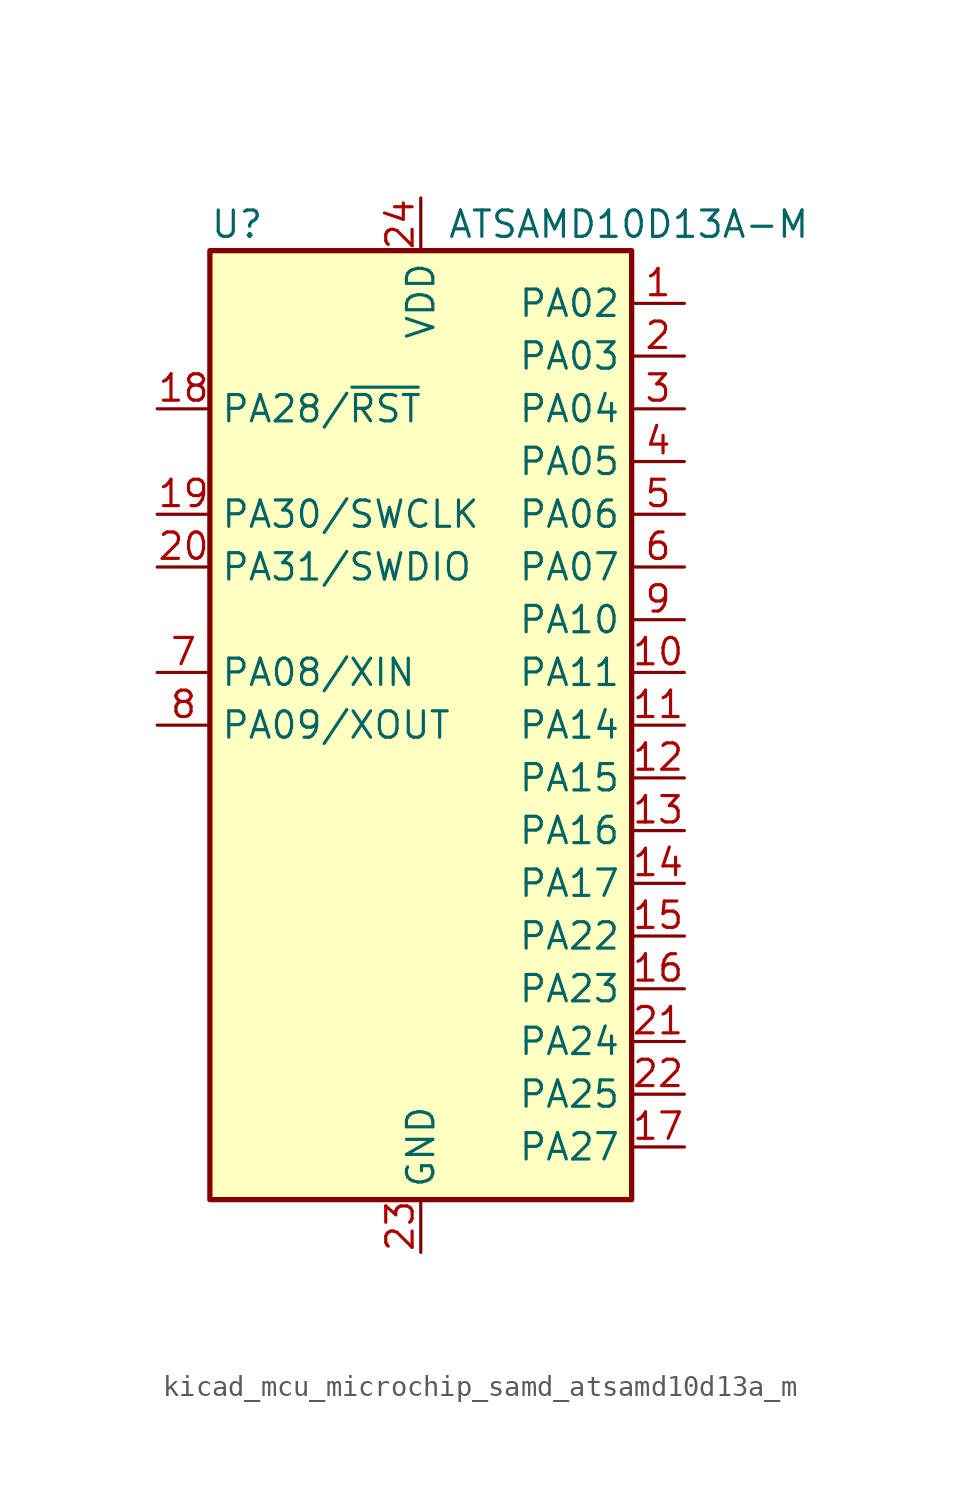
<source format=kicad_sym>
(kicad_symbol_lib
  (version 20220914)
  (generator kicad_symbol_editor)
  (symbol "kicad_mcu_microchip_samd_atsamd10d13a_m"
    (property "Reference" "U"
      (at -10.16 24.13 0)
      (effects (font (size 1.27 1.27)) (justify left)))
    (property "Value" "ATSAMD10D13A-M"
      (at 1.27 24.13 0)
      (effects (font (size 1.27 1.27)) (justify left)))
    (symbol "kicad_mcu_microchip_samd_atsamd10d13a_m_0_1"
      (rectangle (start -10.16 22.86) (end 10.16 -22.86) (stroke (width 0.254) (type default)) (fill (type background))))
    (symbol "kicad_mcu_microchip_samd_atsamd10d13a_m_1_1"
      (pin bidirectional line (at 12.7 20.32 180) (length 2.54) (name "PA02" (effects (font (size 1.27 1.27)))) (number "1" (effects (font (size 1.27 1.27)))))
      (pin bidirectional line (at 12.7 2.54 180) (length 2.54) (name "PA11" (effects (font (size 1.27 1.27)))) (number "10" (effects (font (size 1.27 1.27)))))
      (pin bidirectional line (at 12.7 0 180) (length 2.54) (name "PA14" (effects (font (size 1.27 1.27)))) (number "11" (effects (font (size 1.27 1.27)))))
      (pin bidirectional line (at 12.7 -2.54 180) (length 2.54) (name "PA15" (effects (font (size 1.27 1.27)))) (number "12" (effects (font (size 1.27 1.27)))))
      (pin bidirectional line (at 12.7 -5.08 180) (length 2.54) (name "PA16" (effects (font (size 1.27 1.27)))) (number "13" (effects (font (size 1.27 1.27)))))
      (pin bidirectional line (at 12.7 -7.62 180) (length 2.54) (name "PA17" (effects (font (size 1.27 1.27)))) (number "14" (effects (font (size 1.27 1.27)))))
      (pin bidirectional line (at 12.7 -10.16 180) (length 2.54) (name "PA22" (effects (font (size 1.27 1.27)))) (number "15" (effects (font (size 1.27 1.27)))))
      (pin bidirectional line (at 12.7 -12.7 180) (length 2.54) (name "PA23" (effects (font (size 1.27 1.27)))) (number "16" (effects (font (size 1.27 1.27)))))
      (pin bidirectional line (at 12.7 -20.32 180) (length 2.54) (name "PA27" (effects (font (size 1.27 1.27)))) (number "17" (effects (font (size 1.27 1.27)))))
      (pin bidirectional line (at -12.7 15.24 0) (length 2.54) (name "PA28/~{RST}" (effects (font (size 1.27 1.27)))) (number "18" (effects (font (size 1.27 1.27)))))
      (pin bidirectional line (at -12.7 10.16 0) (length 2.54) (name "PA30/SWCLK" (effects (font (size 1.27 1.27)))) (number "19" (effects (font (size 1.27 1.27)))))
      (pin bidirectional line (at 12.7 17.78 180) (length 2.54) (name "PA03" (effects (font (size 1.27 1.27)))) (number "2" (effects (font (size 1.27 1.27)))))
      (pin bidirectional line (at -12.7 7.62 0) (length 2.54) (name "PA31/SWDIO" (effects (font (size 1.27 1.27)))) (number "20" (effects (font (size 1.27 1.27)))))
      (pin bidirectional line (at 12.7 -15.24 180) (length 2.54) (name "PA24" (effects (font (size 1.27 1.27)))) (number "21" (effects (font (size 1.27 1.27)))))
      (pin bidirectional line (at 12.7 -17.78 180) (length 2.54) (name "PA25" (effects (font (size 1.27 1.27)))) (number "22" (effects (font (size 1.27 1.27)))))
      (pin power_in line (at 0 -25.4 90) (length 2.54) (name "GND" (effects (font (size 1.27 1.27)))) (number "23" (effects (font (size 1.27 1.27)))))
      (pin power_in line (at 0 25.4 270) (length 2.54) (name "VDD" (effects (font (size 1.27 1.27)))) (number "24" (effects (font (size 1.27 1.27)))))
      (pin bidirectional line (at 12.7 15.24 180) (length 2.54) (name "PA04" (effects (font (size 1.27 1.27)))) (number "3" (effects (font (size 1.27 1.27)))))
      (pin bidirectional line (at 12.7 12.7 180) (length 2.54) (name "PA05" (effects (font (size 1.27 1.27)))) (number "4" (effects (font (size 1.27 1.27)))))
      (pin bidirectional line (at 12.7 10.16 180) (length 2.54) (name "PA06" (effects (font (size 1.27 1.27)))) (number "5" (effects (font (size 1.27 1.27)))))
      (pin bidirectional line (at 12.7 7.62 180) (length 2.54) (name "PA07" (effects (font (size 1.27 1.27)))) (number "6" (effects (font (size 1.27 1.27)))))
      (pin bidirectional line (at -12.7 2.54 0) (length 2.54) (name "PA08/XIN" (effects (font (size 1.27 1.27)))) (number "7" (effects (font (size 1.27 1.27)))))
      (pin bidirectional line (at -12.7 0 0) (length 2.54) (name "PA09/XOUT" (effects (font (size 1.27 1.27)))) (number "8" (effects (font (size 1.27 1.27)))))
      (pin bidirectional line (at 12.7 5.08 180) (length 2.54) (name "PA10" (effects (font (size 1.27 1.27)))) (number "9" (effects (font (size 1.27 1.27))))))))
</source>
